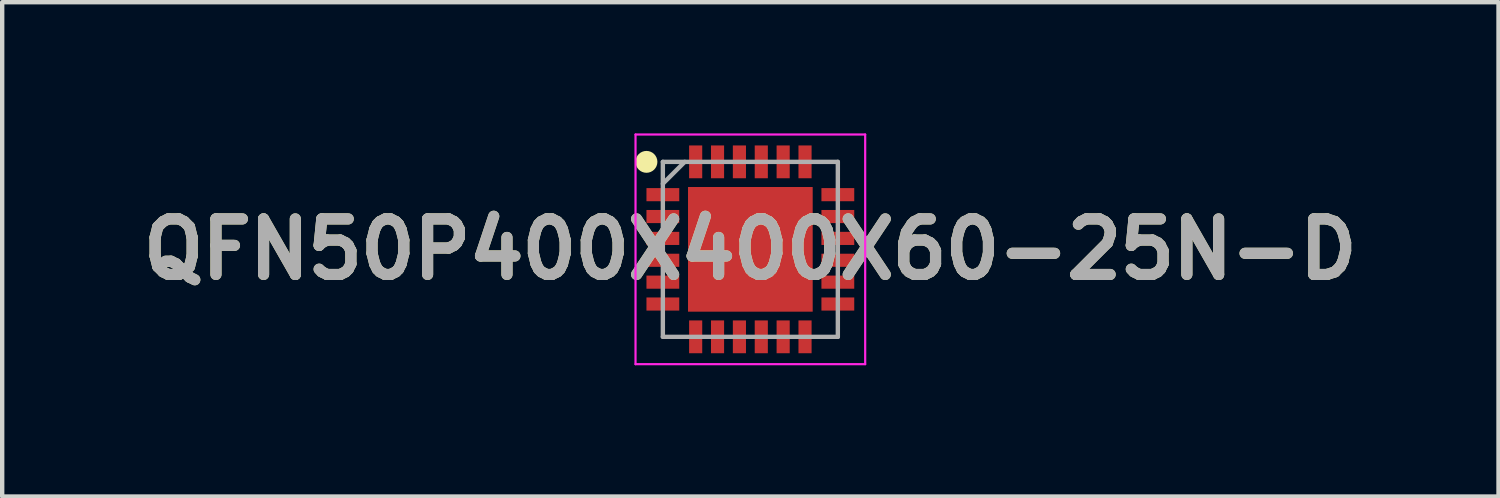
<source format=kicad_pcb>
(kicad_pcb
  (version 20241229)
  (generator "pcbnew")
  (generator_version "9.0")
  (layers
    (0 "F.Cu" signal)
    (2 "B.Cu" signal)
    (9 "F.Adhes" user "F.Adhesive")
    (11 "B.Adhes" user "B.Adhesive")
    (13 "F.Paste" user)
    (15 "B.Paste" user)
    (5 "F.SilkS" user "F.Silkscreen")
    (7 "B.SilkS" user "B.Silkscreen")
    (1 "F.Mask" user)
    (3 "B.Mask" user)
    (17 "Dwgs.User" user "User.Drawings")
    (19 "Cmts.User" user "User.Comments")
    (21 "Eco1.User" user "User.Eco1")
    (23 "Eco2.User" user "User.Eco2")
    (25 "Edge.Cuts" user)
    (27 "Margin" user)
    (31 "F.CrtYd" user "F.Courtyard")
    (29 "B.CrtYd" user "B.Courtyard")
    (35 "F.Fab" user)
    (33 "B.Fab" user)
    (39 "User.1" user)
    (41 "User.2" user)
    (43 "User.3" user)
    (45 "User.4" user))
  (footprint "QFN50P400X400X60-25N-D"
    (layer "F.Cu")
    (at 14.103 2.65)
    (property "Reference" "QFN50P400X400X60-25N-D" (at 0 0 0) (layer "F.SilkS") (effects (font (size 1.27 1.27) (thickness 0.254))))
    (attr smd)
    (fp_circle (center -2.375 -2) (end -2.375 -1.875) (stroke (width 0.25) (type solid)) (fill no) (layer "F.SilkS"))
    (fp_line (start -2.625 -2.625) (end 2.625 -2.625) (stroke (width 0.05) (type solid)) (layer "F.CrtYd"))
    (fp_line (start -2.625 2.625) (end -2.625 -2.625) (stroke (width 0.05) (type solid)) (layer "F.CrtYd"))
    (fp_line (start 2.625 -2.625) (end 2.625 2.625) (stroke (width 0.05) (type solid)) (layer "F.CrtYd"))
    (fp_line (start 2.625 2.625) (end -2.625 2.625) (stroke (width 0.05) (type solid)) (layer "F.CrtYd"))
    (fp_line (start -2 -2) (end 2 -2) (stroke (width 0.1) (type solid)) (layer "F.Fab"))
    (fp_line (start -2 -1.5) (end -1.5 -2) (stroke (width 0.1) (type solid)) (layer "F.Fab"))
    (fp_line (start -2 2) (end -2 -2) (stroke (width 0.1) (type solid)) (layer "F.Fab"))
    (fp_line (start 2 -2) (end 2 2) (stroke (width 0.1) (type solid)) (layer "F.Fab"))
    (fp_line (start 2 2) (end -2 2) (stroke (width 0.1) (type solid)) (layer "F.Fab"))
    (fp_text user "${REFERENCE}" (at 0 0 0) (layer "F.Fab") (effects (font (size 1.27 1.27) (thickness 0.254))))
    (pad "1" smd rect (at -2 -1.25 90) (size 0.3 0.75) (layers "F.Cu" "F.Mask" "F.Paste"))
    (pad "2" smd rect (at -2 -0.75 90) (size 0.3 0.75) (layers "F.Cu" "F.Mask" "F.Paste"))
    (pad "3" smd rect (at -2 -0.25 90) (size 0.3 0.75) (layers "F.Cu" "F.Mask" "F.Paste"))
    (pad "4" smd rect (at -2 0.25 90) (size 0.3 0.75) (layers "F.Cu" "F.Mask" "F.Paste"))
    (pad "5" smd rect (at -2 0.75 90) (size 0.3 0.75) (layers "F.Cu" "F.Mask" "F.Paste"))
    (pad "6" smd rect (at -2 1.25 90) (size 0.3 0.75) (layers "F.Cu" "F.Mask" "F.Paste"))
    (pad "7" smd rect (at -1.25 2) (size 0.3 0.75) (layers "F.Cu" "F.Mask" "F.Paste"))
    (pad "8" smd rect (at -0.75 2) (size 0.3 0.75) (layers "F.Cu" "F.Mask" "F.Paste"))
    (pad "9" smd rect (at -0.25 2) (size 0.3 0.75) (layers "F.Cu" "F.Mask" "F.Paste"))
    (pad "10" smd rect (at 0.25 2) (size 0.3 0.75) (layers "F.Cu" "F.Mask" "F.Paste"))
    (pad "11" smd rect (at 0.75 2) (size 0.3 0.75) (layers "F.Cu" "F.Mask" "F.Paste"))
    (pad "12" smd rect (at 1.25 2) (size 0.3 0.75) (layers "F.Cu" "F.Mask" "F.Paste"))
    (pad "13" smd rect (at 2 1.25 90) (size 0.3 0.75) (layers "F.Cu" "F.Mask" "F.Paste"))
    (pad "14" smd rect (at 2 0.75 90) (size 0.3 0.75) (layers "F.Cu" "F.Mask" "F.Paste"))
    (pad "15" smd rect (at 2 0.25 90) (size 0.3 0.75) (layers "F.Cu" "F.Mask" "F.Paste"))
    (pad "16" smd rect (at 2 -0.25 90) (size 0.3 0.75) (layers "F.Cu" "F.Mask" "F.Paste"))
    (pad "17" smd rect (at 2 -0.75 90) (size 0.3 0.75) (layers "F.Cu" "F.Mask" "F.Paste"))
    (pad "18" smd rect (at 2 -1.25 90) (size 0.3 0.75) (layers "F.Cu" "F.Mask" "F.Paste"))
    (pad "19" smd rect (at 1.25 -2) (size 0.3 0.75) (layers "F.Cu" "F.Mask" "F.Paste"))
    (pad "20" smd rect (at 0.75 -2) (size 0.3 0.75) (layers "F.Cu" "F.Mask" "F.Paste"))
    (pad "21" smd rect (at 0.25 -2) (size 0.3 0.75) (layers "F.Cu" "F.Mask" "F.Paste"))
    (pad "22" smd rect (at -0.25 -2) (size 0.3 0.75) (layers "F.Cu" "F.Mask" "F.Paste"))
    (pad "23" smd rect (at -0.75 -2) (size 0.3 0.75) (layers "F.Cu" "F.Mask" "F.Paste"))
    (pad "24" smd rect (at -1.25 -2) (size 0.3 0.75) (layers "F.Cu" "F.Mask" "F.Paste"))
    (pad "25" smd rect (at 0 0) (size 2.85 2.85) (layers "F.Cu" "F.Mask" "F.Paste")))
  (gr_rect
    (start -3 -3)
    (end 31.206 8.3)
    (stroke (width 0.1) (type default))
    (fill no)
    (layer "Edge.Cuts")))
</source>
